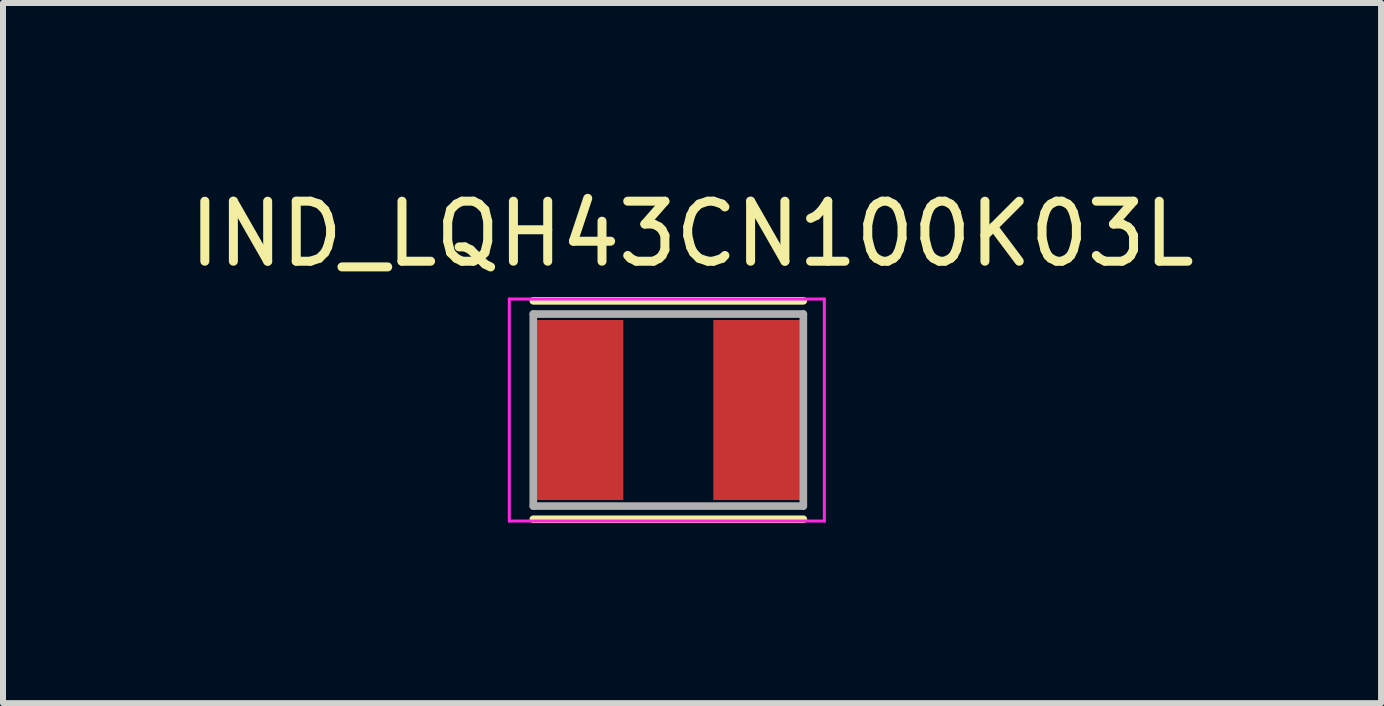
<source format=kicad_pcb>
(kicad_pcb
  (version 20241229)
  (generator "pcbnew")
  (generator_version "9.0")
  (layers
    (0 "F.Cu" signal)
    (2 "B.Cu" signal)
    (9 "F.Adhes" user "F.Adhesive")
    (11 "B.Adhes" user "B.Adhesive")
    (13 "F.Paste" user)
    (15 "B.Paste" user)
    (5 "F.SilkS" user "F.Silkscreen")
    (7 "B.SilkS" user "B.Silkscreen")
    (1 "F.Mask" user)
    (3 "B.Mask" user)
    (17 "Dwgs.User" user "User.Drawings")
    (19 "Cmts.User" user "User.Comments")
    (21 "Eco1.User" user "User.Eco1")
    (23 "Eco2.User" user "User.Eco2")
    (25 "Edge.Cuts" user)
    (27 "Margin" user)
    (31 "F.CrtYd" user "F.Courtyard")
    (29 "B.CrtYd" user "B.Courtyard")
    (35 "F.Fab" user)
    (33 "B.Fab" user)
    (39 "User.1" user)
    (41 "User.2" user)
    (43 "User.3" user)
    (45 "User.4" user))
  (footprint "IND_LQH43CN100K03L"
    (layer "F.Cu")
    (at 8.087 3.783)
    (property "Reference" "IND_LQH43CN100K03L" (at 0.395 -2.935 0) (layer "F.SilkS") (effects (font (size 1 1) (thickness 0.15))))
    (attr through_hole)
    (fp_line (start -2.25 -1.82) (end 2.25 -1.82) (stroke (width 0.127) (type solid)) (layer "F.SilkS"))
    (fp_line (start -2.25 1.82) (end 2.25 1.82) (stroke (width 0.127) (type solid)) (layer "F.SilkS"))
    (fp_poly (pts (xy -2.25 -0.75) (xy -2.25 -1.5) (xy -0.75 -1.5) (xy -0.75 1.5) (xy -2.25 1.5) (xy -2.25 0.75) (xy -2.25 -0.75)) (stroke (width 0.01) (type solid)) (fill yes) (layer "F.Paste"))
    (fp_poly (pts (xy 2.25 -0.75) (xy 2.25 -1.5) (xy 0.75 -1.5) (xy 0.75 1.5) (xy 2.25 1.5) (xy 2.25 0.75) (xy 2.25 -0.75)) (stroke (width 0.01) (type solid)) (fill yes) (layer "F.Paste"))
    (fp_line (start -2.65 -1.85) (end 2.6 -1.85) (stroke (width 0.05) (type solid)) (layer "F.CrtYd"))
    (fp_line (start -2.65 1.85) (end -2.65 -1.85) (stroke (width 0.05) (type solid)) (layer "F.CrtYd"))
    (fp_line (start 2.6 -1.85) (end 2.6 1.85) (stroke (width 0.05) (type solid)) (layer "F.CrtYd"))
    (fp_line (start 2.6 1.85) (end -2.65 1.85) (stroke (width 0.05) (type solid)) (layer "F.CrtYd"))
    (fp_line (start -2.25 -1.6) (end 2.25 -1.6) (stroke (width 0.127) (type solid)) (layer "F.Fab"))
    (fp_line (start -2.25 1.6) (end -2.25 -1.6) (stroke (width 0.127) (type solid)) (layer "F.Fab"))
    (fp_line (start 2.25 -1.6) (end 2.25 1.6) (stroke (width 0.127) (type solid)) (layer "F.Fab"))
    (fp_line (start 2.25 1.6) (end -2.25 1.6) (stroke (width 0.127) (type solid)) (layer "F.Fab"))
    (pad "1" smd rect (at -1.5 0) (size 1.5 3) (layers "F.Cu"))
    (pad "2" smd rect (at 1.5 0) (size 1.5 3) (layers "F.Cu")))
  (gr_rect
    (start -3 -3)
    (end 19.964 8.667)
    (stroke (width 0.1) (type default))
    (fill no)
    (layer "Edge.Cuts")))
</source>
